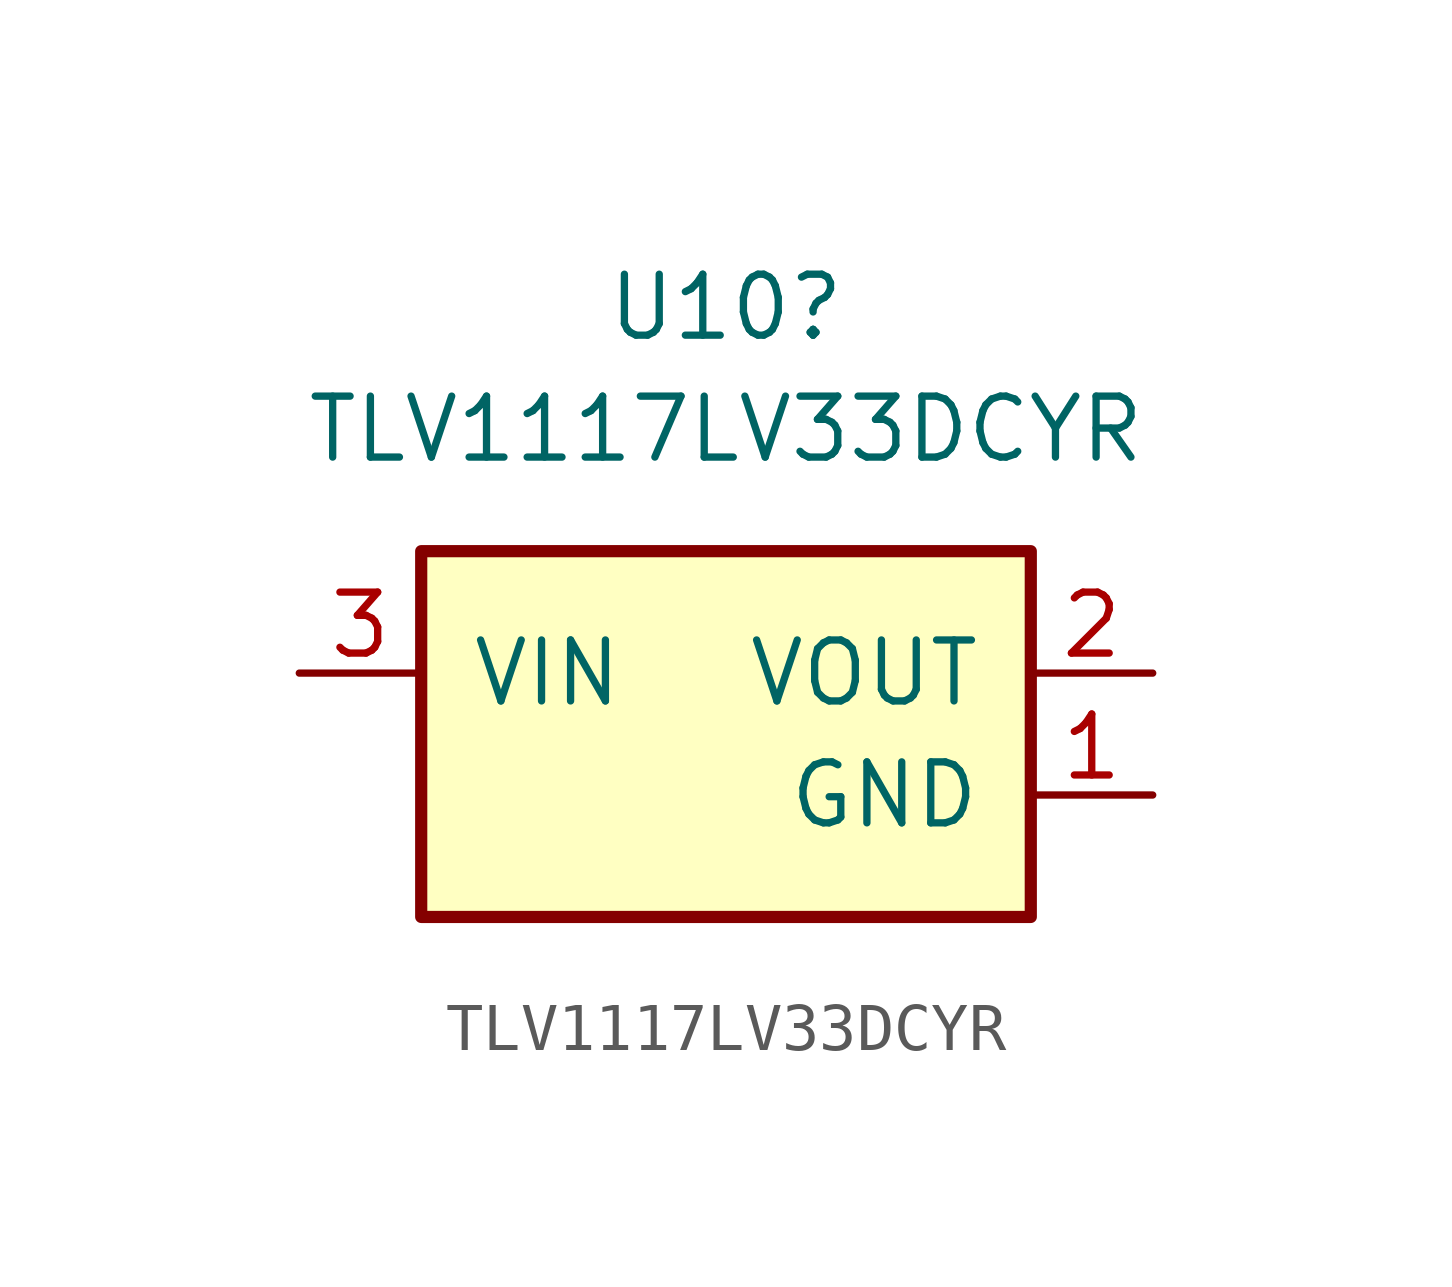
<source format=kicad_sym>
(kicad_symbol_lib
  (version 20241209)
  (generator "kicad_symbol_editor")
  (generator_version "9.0")
  (symbol "TLV1117LV33DCYR"
    (pin_names
      (offset 1.016))
    (property "Reference" "U10"
      (at 0 12.7 0)
      (effects (font (size 1.27 1.27))))
    (property "Value" "TLV1117LV33DCYR"
      (at 0 10.16 0)
      (effects (font (size 1.27 1.27))))
    (symbol "TLV1117LV33DCYR_1_0"
      (rectangle (start -6.35 7.62) (end 6.35 0) (stroke (width 0.254) (type solid)) (fill (type background)))
      (pin input line (at -8.89 5.08 0) (length 2.54) (name "VIN" (effects (font (size 1.27 1.27)))) (number "3" (effects (font (size 1.27 1.27)))))
      (pin output line (at 8.89 5.08 180) (length 2.54) (name "VOUT" (effects (font (size 1.27 1.27)))) (number "2" (effects (font (size 1.27 1.27)))))
      (pin output line (at 8.89 5.08 180) (length 2.54) (hide yes) (name "VOUT" (effects (font (size 1.27 1.27)))) (number "4" (effects (font (size 1.27 1.27)))))
      (pin power_in line (at 8.89 2.54 180) (length 2.54) (name "GND" (effects (font (size 1.27 1.27)))) (number "1" (effects (font (size 1.27 1.27))))))))
</source>
